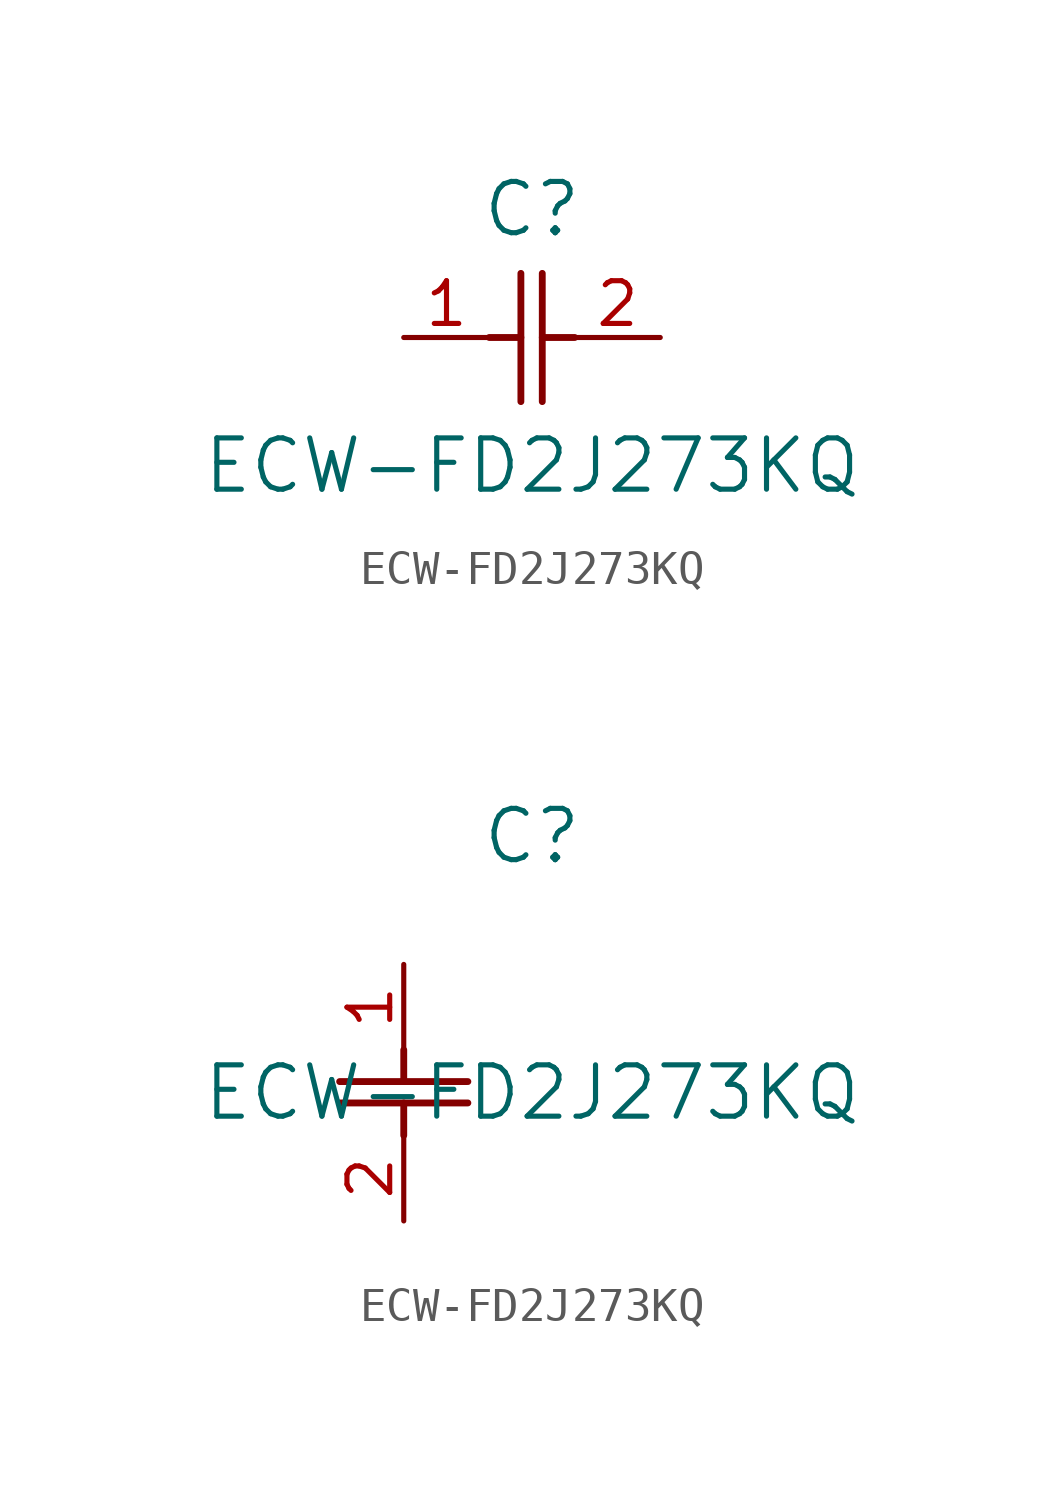
<source format=kicad_sym>
(kicad_symbol_lib
  (version 20211014)
  (generator kicad_symbol_editor)
  (symbol "ECW-FD2J273KQ"
    (pin_names
      (offset 0.254))
    (property "Reference" "C"
      (at 3.81 3.81 0)
      (effects (font (size 1.524 1.524))))
    (property "Value" "ECW-FD2J273KQ"
      (at 3.81 -3.81 0)
      (effects (font (size 1.524 1.524))))
    (symbol "ECW-FD2J273KQ_1_1"
      (polyline (pts (xy 3.48 -1.905) (xy 3.48 1.905)) (stroke (width 0.203) (type default) (color 0 0 0 0)) (fill (type none)))
      (polyline (pts (xy 4.115 -1.905) (xy 4.115 1.905)) (stroke (width 0.203) (type default) (color 0 0 0 0)) (fill (type none)))
      (polyline (pts (xy 4.115 0) (xy 5.08 0)) (stroke (width 0.203) (type default) (color 0 0 0 0)) (fill (type none)))
      (polyline (pts (xy 2.54 0) (xy 3.48 0)) (stroke (width 0.203) (type default) (color 0 0 0 0)) (fill (type none)))
      (pin unspecified line (at 0 0 0) (length 2.54) (name "" (effects (font (size 1.27 1.27)))) (number "1" (effects (font (size 1.27 1.27)))))
      (pin unspecified line (at 7.62 0 180) (length 2.54) (name "" (effects (font (size 1.27 1.27)))) (number "2" (effects (font (size 1.27 1.27))))))
    (symbol "ECW-FD2J273KQ_1_2"
      (polyline (pts (xy -1.905 -3.48) (xy 1.905 -3.48)) (stroke (width 0.203) (type default) (color 0 0 0 0)) (fill (type none)))
      (polyline (pts (xy -1.905 -4.115) (xy 1.905 -4.115)) (stroke (width 0.203) (type default) (color 0 0 0 0)) (fill (type none)))
      (polyline (pts (xy 0 -4.115) (xy 0 -5.08)) (stroke (width 0.203) (type default) (color 0 0 0 0)) (fill (type none)))
      (polyline (pts (xy 0 -2.54) (xy 0 -3.48)) (stroke (width 0.203) (type default) (color 0 0 0 0)) (fill (type none)))
      (pin unspecified line (at 0 0 270) (length 2.54) (name "" (effects (font (size 1.27 1.27)))) (number "1" (effects (font (size 1.27 1.27)))))
      (pin unspecified line (at 0 -7.62 90) (length 2.54) (name "" (effects (font (size 1.27 1.27)))) (number "2" (effects (font (size 1.27 1.27))))))))
</source>
